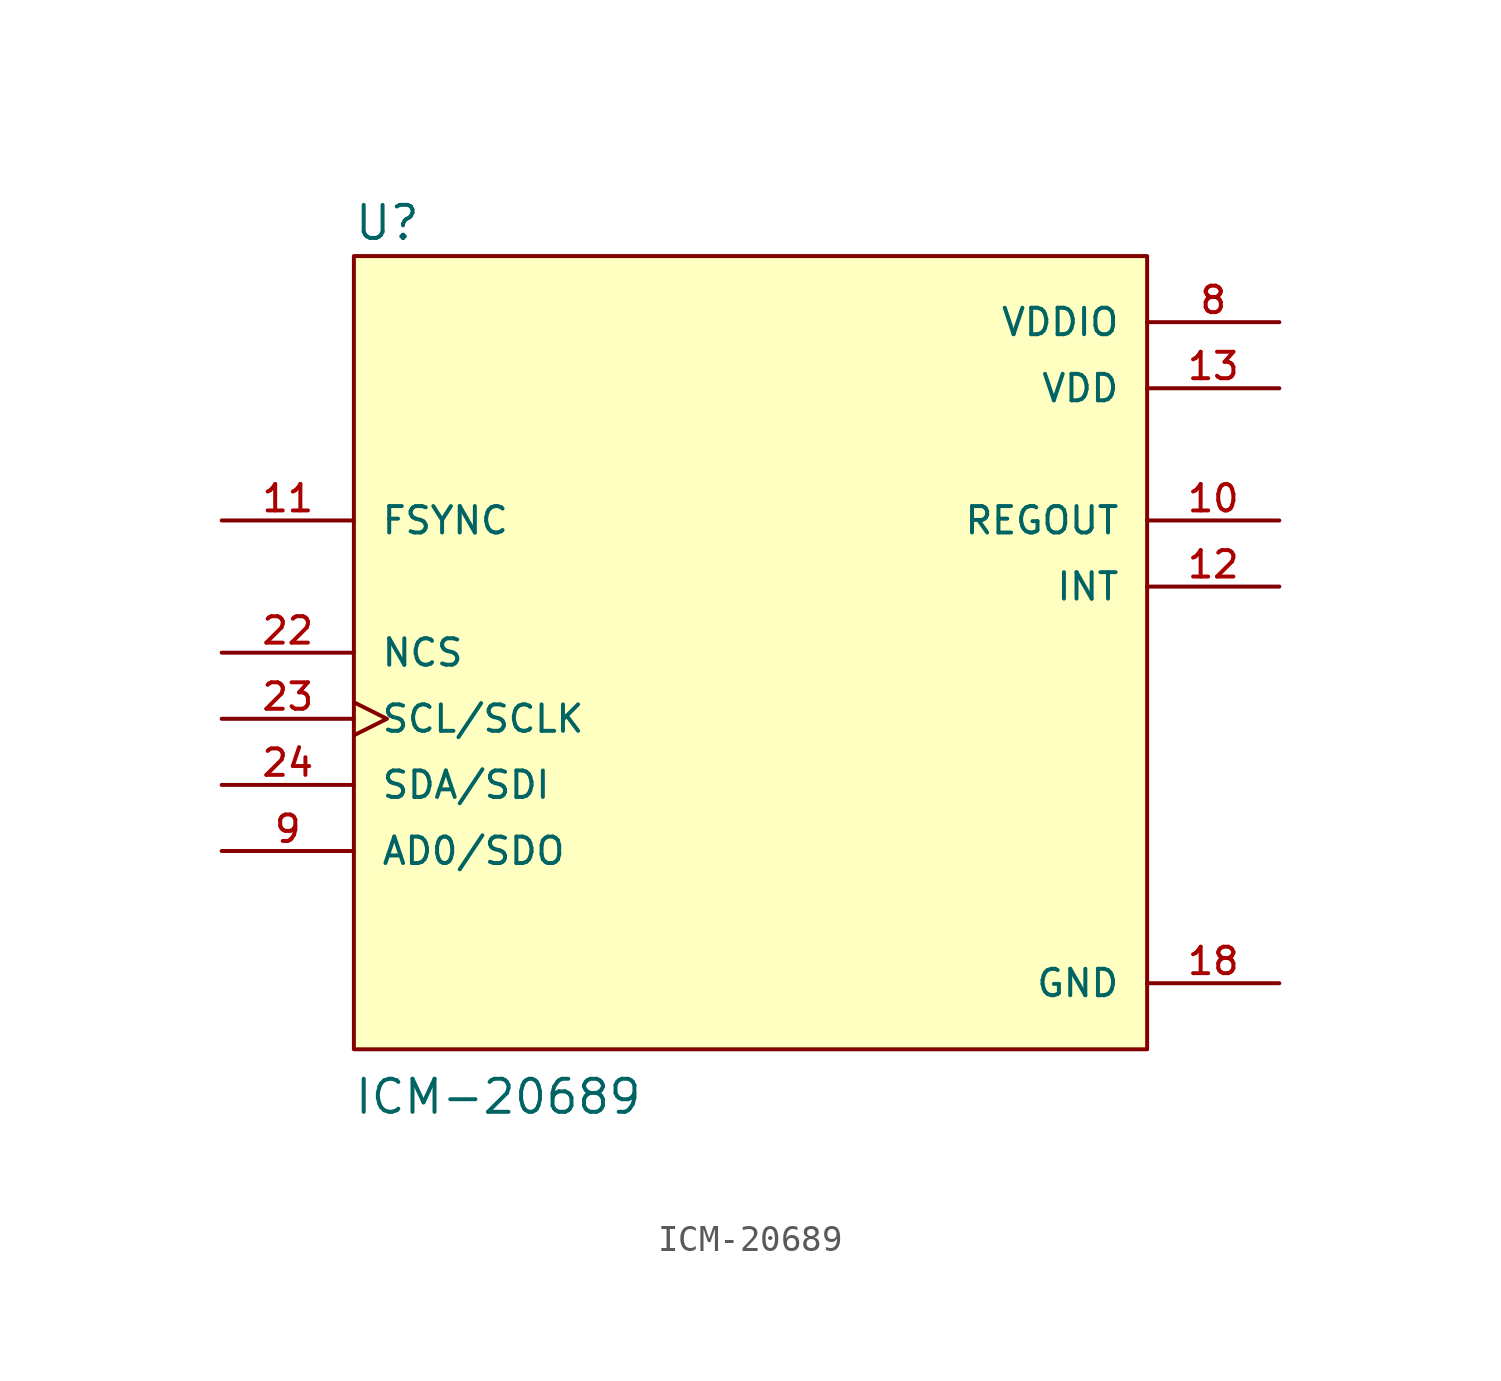
<source format=kicad_sym>
(kicad_symbol_lib
  (version 20211014)
  (generator kicad_symbol_editor)
  (symbol "ICM-20689"
    (pin_names
      (offset 1.016))
    (property "Reference" "U"
      (at -15.265 15.773 0)
      (effects (font (size 1.27 1.27)) (justify left bottom)))
    (property "Value" "ICM-20689"
      (at -15.265 -17.805 0)
      (effects (font (size 1.27 1.27)) (justify left bottom)))
    (property "ki_locked" ""
      (at 0 0 0)
      (effects (font (size 1.27 1.27))))
    (symbol "ICM-20689_0_0"
      (rectangle (start -15.24 -15.24) (end 15.24 15.24) (stroke (width 0.152) (type default) (color 0 0 0 0)) (fill (type background)))
      (pin output line (at 20.32 5.08 180) (length 5.08) (name "REGOUT" (effects (font (size 1.016 1.016)))) (number "10" (effects (font (size 1.016 1.016)))))
      (pin input line (at -20.32 5.08 0) (length 5.08) (name "FSYNC" (effects (font (size 1.016 1.016)))) (number "11" (effects (font (size 1.016 1.016)))))
      (pin output line (at 20.32 2.54 180) (length 5.08) (name "INT" (effects (font (size 1.016 1.016)))) (number "12" (effects (font (size 1.016 1.016)))))
      (pin power_in line (at 20.32 10.16 180) (length 5.08) (name "VDD" (effects (font (size 1.016 1.016)))) (number "13" (effects (font (size 1.016 1.016)))))
      (pin power_in line (at 20.32 -12.7 180) (length 5.08) (name "GND" (effects (font (size 1.016 1.016)))) (number "18" (effects (font (size 1.016 1.016)))))
      (pin input line (at -20.32 0 0) (length 5.08) (name "NCS" (effects (font (size 1.016 1.016)))) (number "22" (effects (font (size 1.016 1.016)))))
      (pin input clock (at -20.32 -2.54 0) (length 5.08) (name "SCL/SCLK" (effects (font (size 1.016 1.016)))) (number "23" (effects (font (size 1.016 1.016)))))
      (pin bidirectional line (at -20.32 -5.08 0) (length 5.08) (name "SDA/SDI" (effects (font (size 1.016 1.016)))) (number "24" (effects (font (size 1.016 1.016)))))
      (pin power_in line (at 20.32 12.7 180) (length 5.08) (name "VDDIO" (effects (font (size 1.016 1.016)))) (number "8" (effects (font (size 1.016 1.016)))))
      (pin bidirectional line (at -20.32 -7.62 0) (length 5.08) (name "AD0/SDO" (effects (font (size 1.016 1.016)))) (number "9" (effects (font (size 1.016 1.016))))))))
</source>
